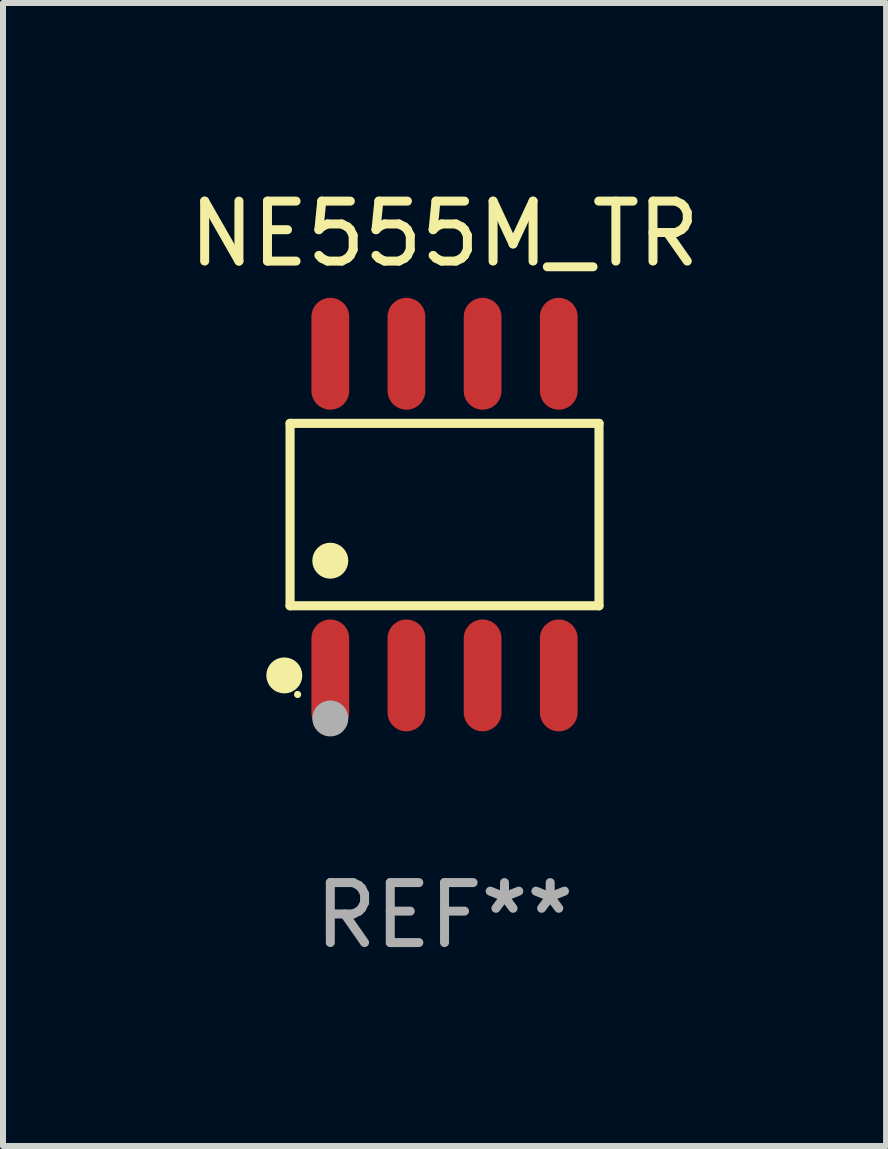
<source format=kicad_pcb>
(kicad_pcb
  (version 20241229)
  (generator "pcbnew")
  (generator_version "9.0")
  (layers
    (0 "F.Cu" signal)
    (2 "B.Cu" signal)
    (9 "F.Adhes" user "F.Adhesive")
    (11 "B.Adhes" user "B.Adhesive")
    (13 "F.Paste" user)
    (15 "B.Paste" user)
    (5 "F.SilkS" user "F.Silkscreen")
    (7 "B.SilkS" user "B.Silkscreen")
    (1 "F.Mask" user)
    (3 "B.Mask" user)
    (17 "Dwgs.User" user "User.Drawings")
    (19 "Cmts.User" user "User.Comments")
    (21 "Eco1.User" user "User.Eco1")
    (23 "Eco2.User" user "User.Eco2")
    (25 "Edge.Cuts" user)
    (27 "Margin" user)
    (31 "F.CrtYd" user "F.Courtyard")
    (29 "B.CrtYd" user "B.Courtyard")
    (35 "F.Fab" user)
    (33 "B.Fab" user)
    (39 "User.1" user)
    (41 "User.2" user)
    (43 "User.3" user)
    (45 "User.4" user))
  (footprint "NE555M_TR"
    (layer "F.Cu")
    (at 4.363 5.531)
    (property "Reference" "NE555M_TR" (at 0 -4.682 0) (layer "F.SilkS") (effects (font (size 1 1) (thickness 0.15))))
    (attr through_hole)
    (fp_line (start -2.576 -1.521) (end 2.576 -1.521) (stroke (width 0.152) (type solid)) (layer "F.SilkS"))
    (fp_line (start -2.576 1.521) (end -2.576 -1.521) (stroke (width 0.152) (type solid)) (layer "F.SilkS"))
    (fp_line (start 2.576 -1.521) (end 2.576 1.521) (stroke (width 0.152) (type solid)) (layer "F.SilkS"))
    (fp_line (start 2.576 1.521) (end -2.576 1.521) (stroke (width 0.152) (type solid)) (layer "F.SilkS"))
    (fp_circle (center -2.672 2.682) (end -2.522 2.682) (stroke (width 0.3) (type solid)) (fill no) (layer "F.SilkS"))
    (fp_circle (center -2.45 3) (end -2.42 3) (stroke (width 0.06) (type solid)) (fill no) (layer "F.SilkS"))
    (fp_circle (center -1.905 0.769) (end -1.755 0.769) (stroke (width 0.3) (type solid)) (fill no) (layer "F.SilkS"))
    (fp_circle (center -1.905 3.4) (end -1.755 3.4) (stroke (width 0.3) (type solid)) (fill no) (layer "F.Fab"))
    (fp_text user "REF**" (at 0 6.682 0) (layer "F.Fab") (effects (font (size 1 1) (thickness 0.15))))
    (pad "1" smd oval (at -1.905 2.682) (size 0.63 1.865) (layers "F.Cu" "F.Mask" "F.Paste"))
    (pad "2" smd oval (at -0.635 2.682) (size 0.63 1.865) (layers "F.Cu" "F.Mask" "F.Paste"))
    (pad "3" smd oval (at 0.635 2.682) (size 0.63 1.865) (layers "F.Cu" "F.Mask" "F.Paste"))
    (pad "4" smd oval (at 1.905 2.682) (size 0.63 1.865) (layers "F.Cu" "F.Mask" "F.Paste"))
    (pad "5" smd oval (at 1.905 -2.682) (size 0.63 1.865) (layers "F.Cu" "F.Mask" "F.Paste"))
    (pad "6" smd oval (at 0.635 -2.682) (size 0.63 1.865) (layers "F.Cu" "F.Mask" "F.Paste"))
    (pad "7" smd oval (at -0.635 -2.682) (size 0.63 1.865) (layers "F.Cu" "F.Mask" "F.Paste"))
    (pad "8" smd oval (at -1.905 -2.682) (size 0.63 1.865) (layers "F.Cu" "F.Mask" "F.Paste")))
  (gr_rect
    (start -3 -3)
    (end 11.726 16.061)
    (stroke (width 0.1) (type default))
    (fill no)
    (layer "Edge.Cuts")))
</source>
